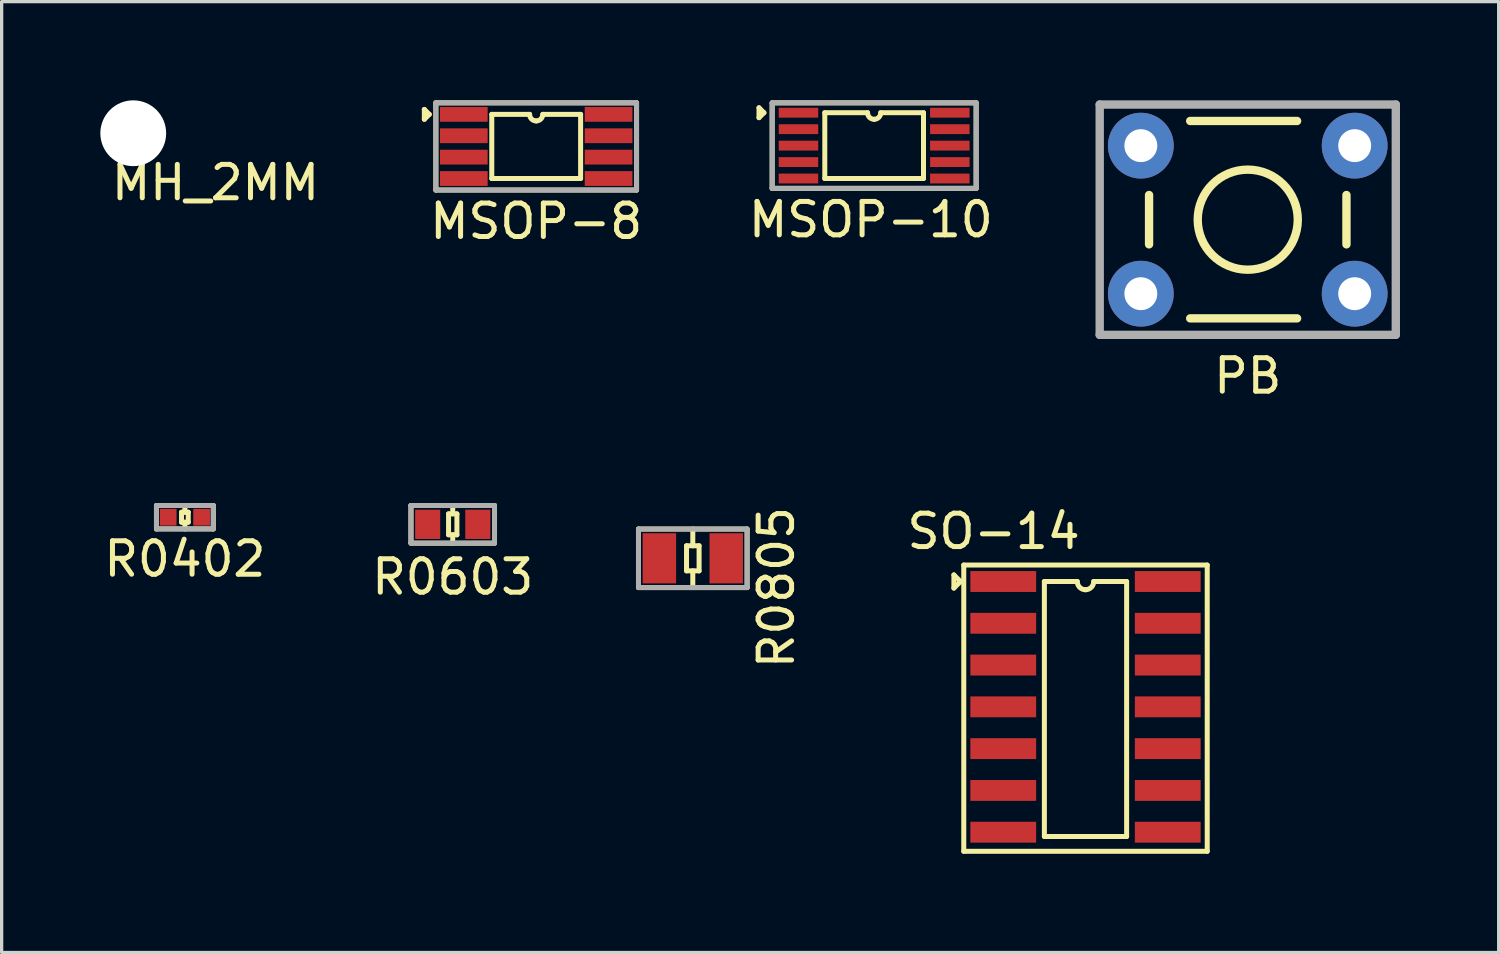
<source format=kicad_pcb>
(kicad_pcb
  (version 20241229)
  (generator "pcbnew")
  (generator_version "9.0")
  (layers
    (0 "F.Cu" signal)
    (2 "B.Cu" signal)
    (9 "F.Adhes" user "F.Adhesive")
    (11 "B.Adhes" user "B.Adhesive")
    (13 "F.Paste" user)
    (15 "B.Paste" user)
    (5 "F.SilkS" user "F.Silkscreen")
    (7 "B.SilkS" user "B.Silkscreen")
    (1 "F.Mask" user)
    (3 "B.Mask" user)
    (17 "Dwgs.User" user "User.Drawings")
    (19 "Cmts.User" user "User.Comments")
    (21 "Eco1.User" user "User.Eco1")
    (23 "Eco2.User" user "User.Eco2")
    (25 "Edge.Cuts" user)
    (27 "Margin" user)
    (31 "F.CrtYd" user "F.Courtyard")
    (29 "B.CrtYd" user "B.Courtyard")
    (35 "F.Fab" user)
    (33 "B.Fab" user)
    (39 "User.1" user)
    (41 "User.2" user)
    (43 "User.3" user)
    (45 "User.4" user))
  (footprint "PB"
    (layer "F.Cu")
    (at 34.876 3.627)
    (property "Reference" "PB" (at 0 4.75 0) (layer "F.SilkS") (effects (font (size 1.016 1.016) (thickness 0.152))))
    (attr through_hole)
    (fp_line (start -3 -0.75) (end -3 0.75) (stroke (width 0.254) (type solid)) (layer "F.SilkS"))
    (fp_line (start -1.75 -3) (end 1.5 -3) (stroke (width 0.254) (type solid)) (layer "F.SilkS"))
    (fp_line (start -1.75 3) (end 1.5 3) (stroke (width 0.254) (type solid)) (layer "F.SilkS"))
    (fp_line (start 3 -0.75) (end 3 0.75) (stroke (width 0.254) (type solid)) (layer "F.SilkS"))
    (fp_circle (center 0 0) (end 0.25 1.5) (stroke (width 0.254) (type solid)) (fill no) (layer "F.SilkS"))
    (fp_line (start -4.5 -3.5) (end 4.5 -3.5) (stroke (width 0.254) (type solid)) (layer "F.Fab"))
    (fp_line (start -4.5 3.5) (end -4.5 -3.5) (stroke (width 0.254) (type solid)) (layer "F.Fab"))
    (fp_line (start 4.5 -3.5) (end 4.5 3.5) (stroke (width 0.254) (type solid)) (layer "F.Fab"))
    (fp_line (start 4.5 3.5) (end -4.5 3.5) (stroke (width 0.254) (type solid)) (layer "F.Fab"))
    (pad "1" thru_hole circle (at -3.25 -2.25) (size 2 2) (drill 1) (layers "*.Cu" "*.Mask"))
    (pad "2" thru_hole circle (at 3.25 -2.25) (size 2 2) (drill 1) (layers "*.Cu" "*.Mask"))
    (pad "3" thru_hole circle (at -3.25 2.25) (size 2 2) (drill 1) (layers "*.Cu" "*.Mask"))
    (pad "4" thru_hole circle (at 3.25 2.25) (size 2 2) (drill 1) (layers "*.Cu" "*.Mask")))
  (footprint "R0402"
    (layer "F.Cu")
    (at 2.57 12.671)
    (property "Reference" "R0402" (at 0 1.27 0) (layer "F.SilkS") (effects (font (size 1.016 1.016) (thickness 0.152))))
    (attr smd)
    (fp_line (start -0.864 -0.356) (end 0.864 -0.356) (stroke (width 0.152) (type solid)) (layer "F.SilkS"))
    (fp_line (start -0.864 0.356) (end -0.864 -0.356) (stroke (width 0.152) (type solid)) (layer "F.SilkS"))
    (fp_line (start -0.102 -0.152) (end -0.102 0.152) (stroke (width 0.152) (type solid)) (layer "F.SilkS"))
    (fp_line (start -0.102 0.152) (end 0.102 0.152) (stroke (width 0.152) (type solid)) (layer "F.SilkS"))
    (fp_line (start 0 -0.152) (end 0 -0.356) (stroke (width 0.152) (type solid)) (layer "F.SilkS"))
    (fp_line (start 0 0.152) (end 0 0.356) (stroke (width 0.152) (type solid)) (layer "F.SilkS"))
    (fp_line (start 0.102 -0.152) (end -0.102 -0.152) (stroke (width 0.152) (type solid)) (layer "F.SilkS"))
    (fp_line (start 0.102 0.152) (end 0.102 -0.152) (stroke (width 0.152) (type solid)) (layer "F.SilkS"))
    (fp_line (start 0.864 -0.356) (end 0.864 0.356) (stroke (width 0.152) (type solid)) (layer "F.SilkS"))
    (fp_line (start 0.864 0.356) (end -0.864 0.356) (stroke (width 0.152) (type solid)) (layer "F.SilkS"))
    (fp_line (start -0.864 -0.356) (end 0.864 -0.356) (stroke (width 0.152) (type solid)) (layer "F.Fab"))
    (fp_line (start -0.864 0.356) (end -0.864 -0.356) (stroke (width 0.152) (type solid)) (layer "F.Fab"))
    (fp_line (start 0.864 -0.356) (end 0.864 0.356) (stroke (width 0.152) (type solid)) (layer "F.Fab"))
    (fp_line (start 0.864 0.356) (end -0.864 0.356) (stroke (width 0.152) (type solid)) (layer "F.Fab"))
    (pad "1" smd rect (at -0.508 0) (size 0.508 0.508) (layers "F.Cu" "F.Mask" "F.Paste"))
    (pad "2" smd rect (at 0.508 0) (size 0.508 0.508) (layers "F.Cu" "F.Mask" "F.Paste")))
  (footprint "R0805"
    (layer "F.Cu")
    (at 18.008 13.92)
    (property "Reference" "R0805" (at 2.54 0.889 90) (layer "F.SilkS") (effects (font (size 1.016 1.016) (thickness 0.152))))
    (attr smd)
    (fp_line (start -1.651 -0.889) (end 1.651 -0.889) (stroke (width 0.152) (type solid)) (layer "F.SilkS"))
    (fp_line (start -1.651 0.889) (end -1.651 -0.889) (stroke (width 0.152) (type solid)) (layer "F.SilkS"))
    (fp_line (start -0.191 -0.381) (end 0.191 -0.381) (stroke (width 0.152) (type solid)) (layer "F.SilkS"))
    (fp_line (start -0.191 0.381) (end -0.191 -0.381) (stroke (width 0.152) (type solid)) (layer "F.SilkS"))
    (fp_line (start -0.191 0.381) (end 0.191 0.381) (stroke (width 0.152) (type solid)) (layer "F.SilkS"))
    (fp_line (start 0 -0.381) (end 0 -0.889) (stroke (width 0.152) (type solid)) (layer "F.SilkS"))
    (fp_line (start 0 0.381) (end 0 0.889) (stroke (width 0.152) (type solid)) (layer "F.SilkS"))
    (fp_line (start 0.191 -0.381) (end 0.191 0.381) (stroke (width 0.152) (type solid)) (layer "F.SilkS"))
    (fp_line (start 1.651 -0.889) (end 1.651 0.889) (stroke (width 0.152) (type solid)) (layer "F.SilkS"))
    (fp_line (start 1.651 0.889) (end -1.651 0.889) (stroke (width 0.152) (type solid)) (layer "F.SilkS"))
    (fp_line (start -1.651 -0.889) (end 1.651 -0.889) (stroke (width 0.152) (type solid)) (layer "F.Fab"))
    (fp_line (start -1.651 0.889) (end -1.651 -0.889) (stroke (width 0.152) (type solid)) (layer "F.Fab"))
    (fp_line (start 1.651 -0.889) (end 1.651 0.889) (stroke (width 0.152) (type solid)) (layer "F.Fab"))
    (fp_line (start 1.651 0.889) (end -1.651 0.889) (stroke (width 0.152) (type solid)) (layer "F.Fab"))
    (pad "1" smd rect (at -1.016 0) (size 1.016 1.524) (layers "F.Cu" "F.Mask" "F.Paste"))
    (pad "2" smd rect (at 1.016 0) (size 1.016 1.524) (layers "F.Cu" "F.Mask" "F.Paste")))
  (footprint "MSOP-8"
    (layer "F.Cu")
    (at 11.048 0.426)
    (property "Reference" "MSOP-8" (at 2.2 3.25 0) (layer "F.SilkS") (effects (font (size 1.016 1.016) (thickness 0.152))))
    (attr smd)
    (fp_line (start -1.2 -0.15) (end -1.2 0.15) (stroke (width 0.152) (type solid)) (layer "F.SilkS"))
    (fp_line (start -1.2 0.15) (end -1.05 0) (stroke (width 0.152) (type solid)) (layer "F.SilkS"))
    (fp_line (start -1.05 0) (end -1.2 -0.15) (stroke (width 0.152) (type solid)) (layer "F.SilkS"))
    (fp_line (start -0.85 -0.35) (end 5.25 -0.35) (stroke (width 0.152) (type solid)) (layer "F.SilkS"))
    (fp_line (start -0.85 2.3) (end -0.85 -0.35) (stroke (width 0.152) (type solid)) (layer "F.SilkS"))
    (fp_line (start 0.85 0) (end 0.85 1.95) (stroke (width 0.152) (type solid)) (layer "F.SilkS"))
    (fp_line (start 0.85 1.95) (end 3.55 1.95) (stroke (width 0.152) (type solid)) (layer "F.SilkS"))
    (fp_line (start 2 0) (end 0.85 0) (stroke (width 0.152) (type solid)) (layer "F.SilkS"))
    (fp_line (start 2.4 0) (end 3.55 0) (stroke (width 0.152) (type solid)) (layer "F.SilkS"))
    (fp_line (start 3.55 1.95) (end 3.55 0) (stroke (width 0.152) (type solid)) (layer "F.SilkS"))
    (fp_line (start 5.25 -0.35) (end 5.25 2.3) (stroke (width 0.152) (type solid)) (layer "F.SilkS"))
    (fp_line (start 5.25 2.3) (end -0.85 2.3) (stroke (width 0.152) (type solid)) (layer "F.SilkS"))
    (fp_arc (start 2.2 0.2) (mid 2.058579 0.141421) (end 2 0) (stroke (width 0.1524) (type solid)) (layer "F.SilkS"))
    (fp_arc (start 2.4 0) (mid 2.341421 0.141421) (end 2.2 0.2) (stroke (width 0.1524) (type solid)) (layer "F.SilkS"))
    (fp_line (start -0.85 -0.35) (end 5.25 -0.35) (stroke (width 0.152) (type solid)) (layer "F.Fab"))
    (fp_line (start -0.85 2.3) (end -0.85 -0.35) (stroke (width 0.152) (type solid)) (layer "F.Fab"))
    (fp_line (start 5.25 -0.35) (end 5.25 2.3) (stroke (width 0.152) (type solid)) (layer "F.Fab"))
    (fp_line (start 5.25 2.3) (end -0.85 2.3) (stroke (width 0.152) (type solid)) (layer "F.Fab"))
    (pad "1" smd rect (at 0 0) (size 1.45 0.45) (layers "F.Cu" "F.Mask" "F.Paste"))
    (pad "2" smd rect (at 0 0.65) (size 1.45 0.45) (layers "F.Cu" "F.Mask" "F.Paste"))
    (pad "3" smd rect (at 0 1.3) (size 1.45 0.45) (layers "F.Cu" "F.Mask" "F.Paste"))
    (pad "4" smd rect (at 0 1.95) (size 1.45 0.45) (layers "F.Cu" "F.Mask" "F.Paste"))
    (pad "5" smd rect (at 4.4 1.95) (size 1.45 0.45) (layers "F.Cu" "F.Mask" "F.Paste"))
    (pad "6" smd rect (at 4.4 1.3) (size 1.45 0.45) (layers "F.Cu" "F.Mask" "F.Paste"))
    (pad "7" smd rect (at 4.4 0.65) (size 1.45 0.45) (layers "F.Cu" "F.Mask" "F.Paste"))
    (pad "8" smd rect (at 4.4 0) (size 1.45 0.45) (layers "F.Cu" "F.Mask" "F.Paste")))
  (footprint "MSOP-10"
    (layer "F.Cu")
    (at 21.22 0.376)
    (property "Reference" "MSOP-10" (at 2.2 3.25 0) (layer "F.SilkS") (effects (font (size 1.016 1.016) (thickness 0.152))))
    (attr smd)
    (fp_line (start -1.2 -0.15) (end -1.2 0.15) (stroke (width 0.152) (type solid)) (layer "F.SilkS"))
    (fp_line (start -1.2 0.15) (end -1.05 0) (stroke (width 0.152) (type solid)) (layer "F.SilkS"))
    (fp_line (start -1.05 0) (end -1.2 -0.15) (stroke (width 0.152) (type solid)) (layer "F.SilkS"))
    (fp_line (start -0.8 -0.3) (end -0.8 2.3) (stroke (width 0.152) (type solid)) (layer "F.SilkS"))
    (fp_line (start -0.8 2.3) (end 5.4 2.3) (stroke (width 0.152) (type solid)) (layer "F.SilkS"))
    (fp_line (start 0.8 2) (end 0.8 0) (stroke (width 0.152) (type solid)) (layer "F.SilkS"))
    (fp_line (start 0.8 2) (end 3.8 2) (stroke (width 0.152) (type solid)) (layer "F.SilkS"))
    (fp_line (start 2.1 0) (end 0.8 0) (stroke (width 0.152) (type solid)) (layer "F.SilkS"))
    (fp_line (start 2.5 0) (end 3.8 0) (stroke (width 0.152) (type solid)) (layer "F.SilkS"))
    (fp_line (start 3.8 2) (end 3.8 0) (stroke (width 0.152) (type solid)) (layer "F.SilkS"))
    (fp_line (start 5.4 -0.3) (end -0.8 -0.3) (stroke (width 0.152) (type solid)) (layer "F.SilkS"))
    (fp_line (start 5.4 2.3) (end 5.4 -0.3) (stroke (width 0.152) (type solid)) (layer "F.SilkS"))
    (fp_arc (start 2.3 0.2) (mid 2.158579 0.141421) (end 2.1 0) (stroke (width 0.1524) (type solid)) (layer "F.SilkS"))
    (fp_arc (start 2.5 0) (mid 2.441421 0.141421) (end 2.3 0.2) (stroke (width 0.1524) (type solid)) (layer "F.SilkS"))
    (fp_line (start -0.8 -0.3) (end 5.4 -0.3) (stroke (width 0.152) (type solid)) (layer "F.Fab"))
    (fp_line (start -0.8 2.3) (end -0.8 -0.3) (stroke (width 0.152) (type solid)) (layer "F.Fab"))
    (fp_line (start 5.4 -0.3) (end 5.4 2.3) (stroke (width 0.152) (type solid)) (layer "F.Fab"))
    (fp_line (start 5.4 2.3) (end -0.8 2.3) (stroke (width 0.152) (type solid)) (layer "F.Fab"))
    (pad "1" smd rect (at 0 0) (size 1.2 0.3) (layers "F.Cu" "F.Mask" "F.Paste"))
    (pad "2" smd rect (at 0 0.5) (size 1.2 0.3) (layers "F.Cu" "F.Mask" "F.Paste"))
    (pad "3" smd rect (at 0 1) (size 1.2 0.3) (layers "F.Cu" "F.Mask" "F.Paste"))
    (pad "4" smd rect (at 0 1.5) (size 1.2 0.3) (layers "F.Cu" "F.Mask" "F.Paste"))
    (pad "5" smd rect (at 0 2) (size 1.2 0.3) (layers "F.Cu" "F.Mask" "F.Paste"))
    (pad "6" smd rect (at 4.6 2) (size 1.2 0.3) (layers "F.Cu" "F.Mask" "F.Paste"))
    (pad "7" smd rect (at 4.6 1.5) (size 1.2 0.3) (layers "F.Cu" "F.Mask" "F.Paste"))
    (pad "8" smd rect (at 4.6 1) (size 1.2 0.3) (layers "F.Cu" "F.Mask" "F.Paste"))
    (pad "9" smd rect (at 4.6 0.5) (size 1.2 0.3) (layers "F.Cu" "F.Mask" "F.Paste"))
    (pad "10" smd rect (at 4.6 0) (size 1.2 0.3) (layers "F.Cu" "F.Mask" "F.Paste")))
  (footprint "SO-14"
    (layer "F.Cu")
    (at 29.944 14.625)
    (property "Reference" "SO-14" (at -2.794 -1.524 0) (layer "F.SilkS") (effects (font (size 1.016 1.016) (thickness 0.152))))
    (attr smd)
    (fp_line (start -4 -0.2) (end -4 0.2) (stroke (width 0.152) (type solid)) (layer "F.SilkS"))
    (fp_line (start -4 0.2) (end -3.8 0) (stroke (width 0.152) (type solid)) (layer "F.SilkS"))
    (fp_line (start -3.8 0) (end -4 -0.2) (stroke (width 0.152) (type solid)) (layer "F.SilkS"))
    (fp_line (start -3.7 8.2) (end -3.7 -0.5) (stroke (width 0.152) (type solid)) (layer "F.SilkS"))
    (fp_line (start -3.7 8.2) (end 3.7 8.2) (stroke (width 0.152) (type solid)) (layer "F.SilkS"))
    (fp_line (start -1.25 7.75) (end -1.25 0) (stroke (width 0.152) (type solid)) (layer "F.SilkS"))
    (fp_line (start -1.25 7.75) (end 1.25 7.75) (stroke (width 0.152) (type solid)) (layer "F.SilkS"))
    (fp_line (start -0.25 0) (end -1.25 0) (stroke (width 0.152) (type solid)) (layer "F.SilkS"))
    (fp_line (start 0.25 0) (end 1.25 0) (stroke (width 0.152) (type solid)) (layer "F.SilkS"))
    (fp_line (start 1.25 0) (end 1.25 7.75) (stroke (width 0.152) (type solid)) (layer "F.SilkS"))
    (fp_line (start 3.7 -0.5) (end -3.7 -0.5) (stroke (width 0.152) (type solid)) (layer "F.SilkS"))
    (fp_line (start 3.7 8.2) (end 3.7 -0.5) (stroke (width 0.152) (type solid)) (layer "F.SilkS"))
    (fp_arc (start 0 0.25) (mid -0.176777 0.176777) (end -0.25 0) (stroke (width 0.1524) (type solid)) (layer "F.SilkS"))
    (fp_arc (start 0.25 0) (mid 0.176777 0.176777) (end 0 0.25) (stroke (width 0.1524) (type solid)) (layer "F.SilkS"))
    (pad "1" smd rect (at -2.5 0) (size 2 0.635) (layers "F.Cu" "F.Mask" "F.Paste"))
    (pad "2" smd rect (at -2.5 1.27) (size 2 0.635) (layers "F.Cu" "F.Mask" "F.Paste"))
    (pad "3" smd rect (at -2.5 2.54) (size 2 0.635) (layers "F.Cu" "F.Mask" "F.Paste"))
    (pad "4" smd rect (at -2.5 3.81) (size 2 0.635) (layers "F.Cu" "F.Mask" "F.Paste"))
    (pad "5" smd rect (at -2.5 5.08) (size 2 0.635) (layers "F.Cu" "F.Mask" "F.Paste"))
    (pad "6" smd rect (at -2.5 6.35) (size 2 0.635) (layers "F.Cu" "F.Mask" "F.Paste"))
    (pad "7" smd rect (at -2.5 7.62) (size 2 0.635) (layers "F.Cu" "F.Mask" "F.Paste"))
    (pad "8" smd rect (at 2.5 7.62) (size 2 0.635) (layers "F.Cu" "F.Mask" "F.Paste"))
    (pad "9" smd rect (at 2.5 6.35) (size 2 0.635) (layers "F.Cu" "F.Mask" "F.Paste"))
    (pad "10" smd rect (at 2.5 5.08) (size 2 0.635) (layers "F.Cu" "F.Mask" "F.Paste"))
    (pad "11" smd rect (at 2.5 3.81) (size 2 0.635) (layers "F.Cu" "F.Mask" "F.Paste"))
    (pad "12" smd rect (at 2.5 2.54) (size 2 0.635) (layers "F.Cu" "F.Mask" "F.Paste"))
    (pad "13" smd rect (at 2.5 1.27) (size 2 0.635) (layers "F.Cu" "F.Mask" "F.Paste"))
    (pad "14" smd rect (at 2.5 0) (size 2 0.635) (layers "F.Cu" "F.Mask" "F.Paste")))
  (footprint "R0603"
    (layer "F.Cu")
    (at 10.711 12.887)
    (property "Reference" "R0603" (at 0 1.6 0) (layer "F.SilkS") (effects (font (size 1.016 1.016) (thickness 0.152))))
    (attr smd)
    (fp_line (start -1.27 -0.572) (end -1.27 0.572) (stroke (width 0.152) (type solid)) (layer "F.SilkS"))
    (fp_line (start -1.27 0.572) (end 1.27 0.572) (stroke (width 0.152) (type solid)) (layer "F.SilkS"))
    (fp_line (start -0.127 -0.318) (end -0.127 0.318) (stroke (width 0.152) (type solid)) (layer "F.SilkS"))
    (fp_line (start -0.127 0.318) (end 0.127 0.318) (stroke (width 0.152) (type solid)) (layer "F.SilkS"))
    (fp_line (start 0 -0.318) (end 0 -0.572) (stroke (width 0.152) (type solid)) (layer "F.SilkS"))
    (fp_line (start 0 0.318) (end 0 0.572) (stroke (width 0.152) (type solid)) (layer "F.SilkS"))
    (fp_line (start 0.127 -0.318) (end -0.127 -0.318) (stroke (width 0.152) (type solid)) (layer "F.SilkS"))
    (fp_line (start 0.127 0.318) (end 0.127 -0.318) (stroke (width 0.152) (type solid)) (layer "F.SilkS"))
    (fp_line (start 1.27 -0.572) (end -1.27 -0.572) (stroke (width 0.152) (type solid)) (layer "F.SilkS"))
    (fp_line (start 1.27 0.572) (end 1.27 -0.572) (stroke (width 0.152) (type solid)) (layer "F.SilkS"))
    (fp_line (start -1.27 -0.572) (end 1.27 -0.572) (stroke (width 0.152) (type solid)) (layer "F.Fab"))
    (fp_line (start -1.27 0.572) (end -1.27 -0.572) (stroke (width 0.152) (type solid)) (layer "F.Fab"))
    (fp_line (start 1.27 -0.572) (end 1.27 0.572) (stroke (width 0.152) (type solid)) (layer "F.Fab"))
    (fp_line (start 1.27 0.572) (end -1.27 0.572) (stroke (width 0.152) (type solid)) (layer "F.Fab"))
    (pad "1" smd rect (at -0.762 0) (size 0.762 0.889) (layers "F.Cu" "F.Mask" "F.Paste"))
    (pad "2" smd rect (at 0.762 0) (size 0.762 0.889) (layers "F.Cu" "F.Mask" "F.Paste")))
  (footprint "MH_2MM"
    (layer "F.Cu")
    (at 1 1)
    (property "Reference" "MH_2MM" (at 2.5 1.5 0) (layer "F.SilkS") (effects (font (size 1.016 1.016) (thickness 0.152))))
    (attr through_hole)
    (pad "" np_thru_hole circle (at 0 0) (size 2 2) (drill 2) (layers "*.Cu" "*.Mask")))
  (gr_rect
    (start -3 -3)
    (end 42.503 25.901)
    (stroke (width 0.1) (type default))
    (fill no)
    (layer "Edge.Cuts")))
</source>
